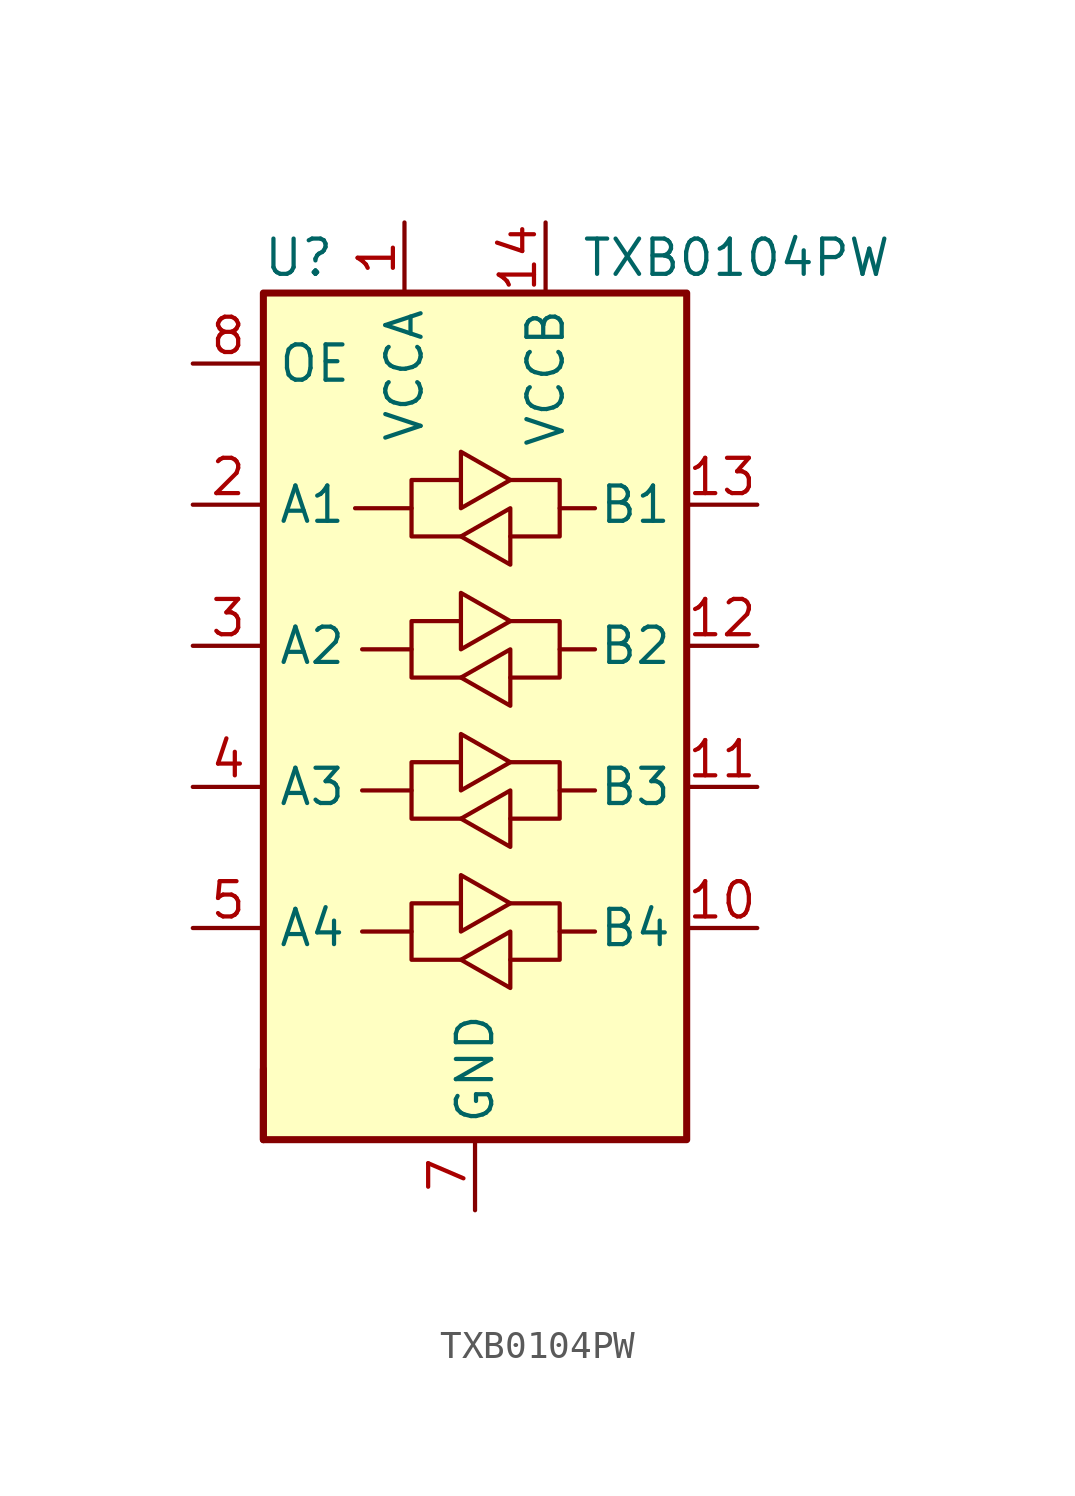
<source format=kicad_sym>
(kicad_symbol_lib
  (version 20200908)
  (generator kicad_symbol_editor)
  (symbol "Logic_LevelTranslator:TXB0104PW"
    (property "Reference" "U"
      (at -6.35 16.51 0)
      (effects (font (size 1.27 1.27))))
    (property "Value" "TXB0104PW"
      (at 3.81 16.51 0)
      (effects (font (size 1.27 1.27)) (justify left)))
    (symbol "TXB0104PW_0_1"
      (rectangle (start -7.62 -15.24) (end -7.62 -12.7) (stroke (width 0.254)) (fill (type none)))
      (rectangle (start -7.62 15.24) (end 7.62 -15.24) (stroke (width 0.254)) (fill (type background)))
      (polyline (pts (xy -2.286 -7.747) (xy -2.286 -6.731) (xy -0.508 -6.731)) (stroke (width 0)) (fill (type none)))
      (polyline (pts (xy -2.286 -2.667) (xy -2.286 -1.651) (xy -0.508 -1.651)) (stroke (width 0)) (fill (type none)))
      (polyline (pts (xy -2.286 2.413) (xy -2.286 3.429) (xy -0.508 3.429)) (stroke (width 0)) (fill (type none)))
      (polyline (pts (xy -2.286 7.493) (xy -2.286 8.509) (xy -0.508 8.509)) (stroke (width 0)) (fill (type none)))
      (polyline (pts (xy 3.048 -7.747) (xy 3.048 -8.763) (xy 1.27 -8.763)) (stroke (width 0)) (fill (type none)))
      (polyline (pts (xy 3.048 -2.667) (xy 3.048 -3.683) (xy 1.27 -3.683)) (stroke (width 0)) (fill (type none)))
      (polyline (pts (xy 3.048 2.413) (xy 3.048 1.397) (xy 1.27 1.397)) (stroke (width 0)) (fill (type none)))
      (polyline (pts (xy 3.048 7.493) (xy 3.048 6.477) (xy 1.27 6.477)) (stroke (width 0)) (fill (type none)))
      (polyline (pts (xy -0.508 -8.763) (xy -2.286 -8.763) (xy -2.286 -7.747) (xy -4.064 -7.747)) (stroke (width 0)) (fill (type none)))
      (polyline (pts (xy -0.508 -8.763) (xy 1.27 -7.747) (xy 1.27 -9.779) (xy -0.508 -8.763)) (stroke (width 0)) (fill (type none)))
      (polyline (pts (xy -0.508 -3.683) (xy -2.286 -3.683) (xy -2.286 -2.667) (xy -4.064 -2.667)) (stroke (width 0)) (fill (type none)))
      (polyline (pts (xy -0.508 -3.683) (xy 1.27 -2.667) (xy 1.27 -4.699) (xy -0.508 -3.683)) (stroke (width 0)) (fill (type none)))
      (polyline (pts (xy -0.508 1.397) (xy -2.286 1.397) (xy -2.286 2.413) (xy -4.064 2.413)) (stroke (width 0)) (fill (type none)))
      (polyline (pts (xy -0.508 1.397) (xy 1.27 2.413) (xy 1.27 0.381) (xy -0.508 1.397)) (stroke (width 0)) (fill (type none)))
      (polyline (pts (xy -0.508 6.477) (xy -2.286 6.477) (xy -2.286 7.493) (xy -4.318 7.493)) (stroke (width 0)) (fill (type none)))
      (polyline (pts (xy -0.508 6.477) (xy 1.27 7.493) (xy 1.27 5.461) (xy -0.508 6.477)) (stroke (width 0)) (fill (type none)))
      (polyline (pts (xy 1.27 -6.731) (xy -0.508 -7.747) (xy -0.508 -5.715) (xy 1.27 -6.731)) (stroke (width 0)) (fill (type none)))
      (polyline (pts (xy 1.27 -6.731) (xy 3.048 -6.731) (xy 3.048 -7.747) (xy 4.318 -7.747)) (stroke (width 0)) (fill (type none)))
      (polyline (pts (xy 1.27 -1.651) (xy -0.508 -2.667) (xy -0.508 -0.635) (xy 1.27 -1.651)) (stroke (width 0)) (fill (type none)))
      (polyline (pts (xy 1.27 -1.651) (xy 3.048 -1.651) (xy 3.048 -2.667) (xy 4.318 -2.667)) (stroke (width 0)) (fill (type none)))
      (polyline (pts (xy 1.27 3.429) (xy -0.508 2.413) (xy -0.508 4.445) (xy 1.27 3.429)) (stroke (width 0)) (fill (type none)))
      (polyline (pts (xy 1.27 3.429) (xy 3.048 3.429) (xy 3.048 2.413) (xy 4.318 2.413)) (stroke (width 0)) (fill (type none)))
      (polyline (pts (xy 1.27 8.509) (xy -0.508 7.493) (xy -0.508 9.525) (xy 1.27 8.509)) (stroke (width 0)) (fill (type none)))
      (polyline (pts (xy 1.27 8.509) (xy 3.048 8.509) (xy 3.048 7.493) (xy 4.318 7.493)) (stroke (width 0)) (fill (type none))))
    (symbol "TXB0104PW_1_1"
      (pin power_in line (at -2.54 17.78 270) (length 2.54) (name "VCCA" (effects (font (size 1.27 1.27)))) (number "1" (effects (font (size 1.27 1.27)))))
      (pin bidirectional line (at 10.16 -7.62 180) (length 2.54) (name "B4" (effects (font (size 1.27 1.27)))) (number "10" (effects (font (size 1.27 1.27)))))
      (pin bidirectional line (at 10.16 -2.54 180) (length 2.54) (name "B3" (effects (font (size 1.27 1.27)))) (number "11" (effects (font (size 1.27 1.27)))))
      (pin bidirectional line (at 10.16 2.54 180) (length 2.54) (name "B2" (effects (font (size 1.27 1.27)))) (number "12" (effects (font (size 1.27 1.27)))))
      (pin bidirectional line (at 10.16 7.62 180) (length 2.54) (name "B1" (effects (font (size 1.27 1.27)))) (number "13" (effects (font (size 1.27 1.27)))))
      (pin power_in line (at 2.54 17.78 270) (length 2.54) (name "VCCB" (effects (font (size 1.27 1.27)))) (number "14" (effects (font (size 1.27 1.27)))))
      (pin bidirectional line (at -10.16 7.62 0) (length 2.54) (name "A1" (effects (font (size 1.27 1.27)))) (number "2" (effects (font (size 1.27 1.27)))))
      (pin bidirectional line (at -10.16 2.54 0) (length 2.54) (name "A2" (effects (font (size 1.27 1.27)))) (number "3" (effects (font (size 1.27 1.27)))))
      (pin bidirectional line (at -10.16 -2.54 0) (length 2.54) (name "A3" (effects (font (size 1.27 1.27)))) (number "4" (effects (font (size 1.27 1.27)))))
      (pin bidirectional line (at -10.16 -7.62 0) (length 2.54) (name "A4" (effects (font (size 1.27 1.27)))) (number "5" (effects (font (size 1.27 1.27)))))
      (pin unconnected line (at -10.16 -12.7 0) (length 2.54) hide (name "NC" (effects (font (size 1.27 1.27)))) (number "6" (effects (font (size 1.27 1.27)))))
      (pin power_in line (at 0 -17.78 90) (length 2.54) (name "GND" (effects (font (size 1.27 1.27)))) (number "7" (effects (font (size 1.27 1.27)))))
      (pin input line (at -10.16 12.7 0) (length 2.54) (name "OE" (effects (font (size 1.27 1.27)))) (number "8" (effects (font (size 1.27 1.27)))))
      (pin unconnected line (at 10.16 -12.7 180) (length 2.54) hide (name "NC" (effects (font (size 1.27 1.27)))) (number "9" (effects (font (size 1.27 1.27))))))))
</source>
